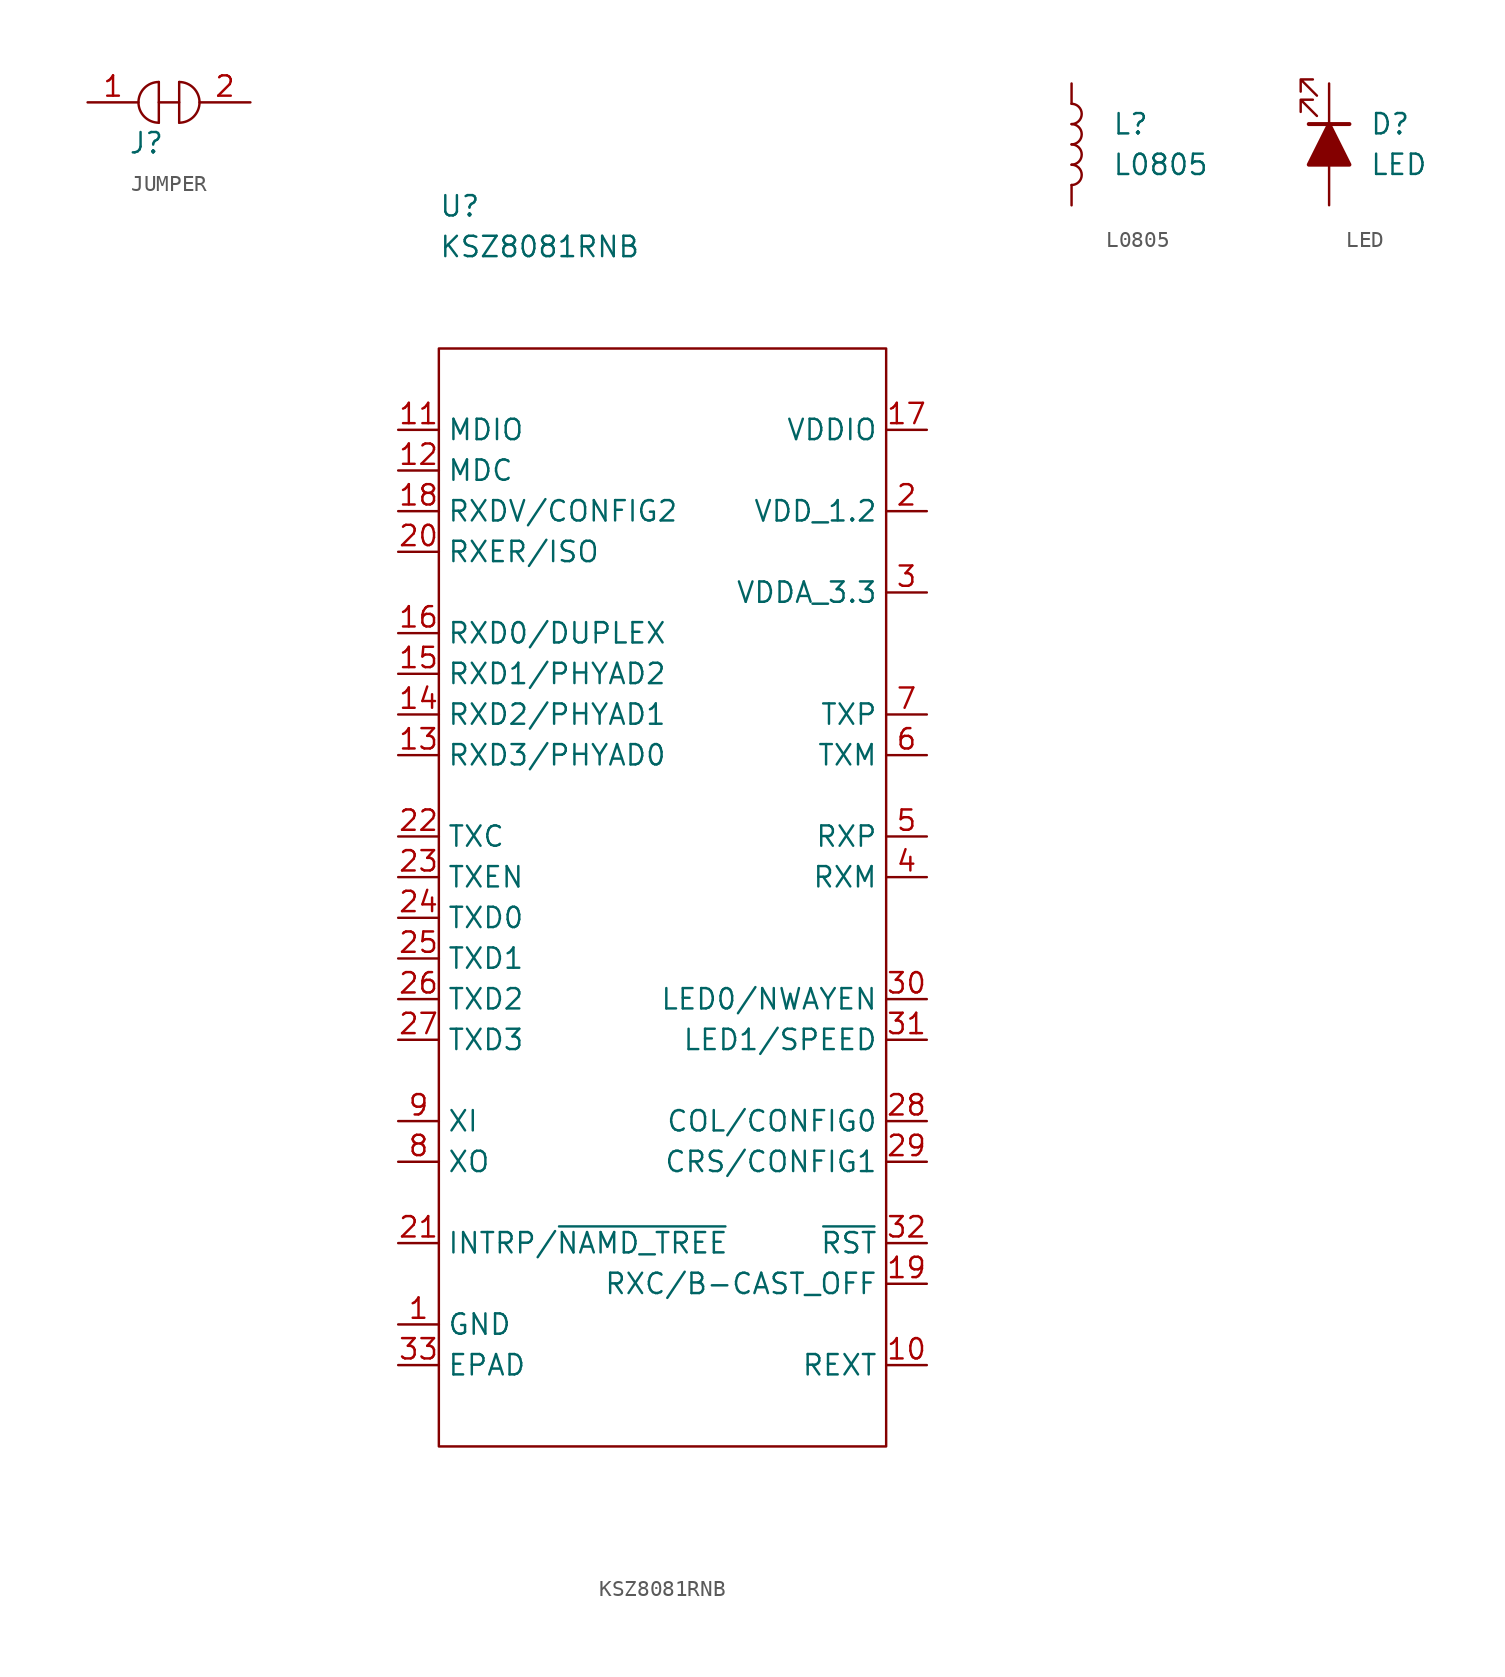
<source format=kicad_sym>
(kicad_symbol_lib
  (version 20211014)
  (generator kicad_symbol_editor)
  (symbol "JUMPER"
    (pin_names
      (offset 1.016))
    (property "Reference" "J"
      (at -2.54 -2.54 0)
      (effects (font (size 1.27 1.27)) (justify left)))
    (symbol "JUMPER_1_1"
      (arc (start -0.635 1.27) (mid -1.905 0) (end -0.635 -1.27) (stroke (width 0) (type default) (color 0 0 0 0)) (fill (type none)))
      (polyline (pts (xy -0.635 0) (xy 0.635 0)) (stroke (width 0) (type default) (color 0 0 0 0)) (fill (type none)))
      (polyline (pts (xy -0.635 1.27) (xy -0.635 -1.27)) (stroke (width 0) (type default) (color 0 0 0 0)) (fill (type none)))
      (polyline (pts (xy 0.635 1.27) (xy 0.635 -1.27)) (stroke (width 0) (type default) (color 0 0 0 0)) (fill (type none)))
      (arc (start 0.635 -1.27) (mid 1.905 0) (end 0.635 1.27) (stroke (width 0) (type default) (color 0 0 0 0)) (fill (type none)))
      (pin passive line (at -5.08 0 0) (length 3.175) (name "~" (effects (font (size 1.27 1.27)))) (number "1" (effects (font (size 1.27 1.27)))))
      (pin passive line (at 5.08 0 180) (length 3.175) (name "~" (effects (font (size 1.27 1.27)))) (number "2" (effects (font (size 1.27 1.27)))))))
  (symbol "KSZ8081RNB"
    (property "Reference" "U"
      (at 0 8.89 0)
      (effects (font (size 1.27 1.27)) (justify left)))
    (property "Value" "KSZ8081RNB"
      (at 0 6.35 0)
      (effects (font (size 1.27 1.27)) (justify left)))
    (symbol "KSZ8081RNB_0_1"
      (rectangle (start 0 0) (end 27.94 -68.58) (stroke (width 0.152) (type default) (color 0 0 0 0)) (fill (type none))))
    (symbol "KSZ8081RNB_1_1"
      (pin passive line (at -2.54 -60.96 0) (length 2.54) (name "GND" (effects (font (size 1.27 1.27)))) (number "1" (effects (font (size 1.27 1.27)))))
      (pin passive line (at 30.48 -63.5 180) (length 2.54) (name "REXT" (effects (font (size 1.27 1.27)))) (number "10" (effects (font (size 1.27 1.27)))))
      (pin passive line (at -2.54 -5.08 0) (length 2.54) (name "MDIO" (effects (font (size 1.27 1.27)))) (number "11" (effects (font (size 1.27 1.27)))))
      (pin passive line (at -2.54 -7.62 0) (length 2.54) (name "MDC" (effects (font (size 1.27 1.27)))) (number "12" (effects (font (size 1.27 1.27)))))
      (pin passive line (at -2.54 -25.4 0) (length 2.54) (name "RXD3/PHYAD0" (effects (font (size 1.27 1.27)))) (number "13" (effects (font (size 1.27 1.27)))))
      (pin passive line (at -2.54 -22.86 0) (length 2.54) (name "RXD2/PHYAD1" (effects (font (size 1.27 1.27)))) (number "14" (effects (font (size 1.27 1.27)))))
      (pin passive line (at -2.54 -20.32 0) (length 2.54) (name "RXD1/PHYAD2" (effects (font (size 1.27 1.27)))) (number "15" (effects (font (size 1.27 1.27)))))
      (pin passive line (at -2.54 -17.78 0) (length 2.54) (name "RXD0/DUPLEX" (effects (font (size 1.27 1.27)))) (number "16" (effects (font (size 1.27 1.27)))))
      (pin passive line (at 30.48 -5.08 180) (length 2.54) (name "VDDIO" (effects (font (size 1.27 1.27)))) (number "17" (effects (font (size 1.27 1.27)))))
      (pin passive line (at -2.54 -10.16 0) (length 2.54) (name "RXDV/CONFIG2" (effects (font (size 1.27 1.27)))) (number "18" (effects (font (size 1.27 1.27)))))
      (pin passive line (at 30.48 -58.42 180) (length 2.54) (name "RXC/B-CAST_OFF" (effects (font (size 1.27 1.27)))) (number "19" (effects (font (size 1.27 1.27)))))
      (pin passive line (at 30.48 -10.16 180) (length 2.54) (name "VDD_1.2" (effects (font (size 1.27 1.27)))) (number "2" (effects (font (size 1.27 1.27)))))
      (pin passive line (at -2.54 -12.7 0) (length 2.54) (name "RXER/ISO" (effects (font (size 1.27 1.27)))) (number "20" (effects (font (size 1.27 1.27)))))
      (pin passive line (at -2.54 -55.88 0) (length 2.54) (name "INTRP/~{NAMD_TREE}" (effects (font (size 1.27 1.27)))) (number "21" (effects (font (size 1.27 1.27)))))
      (pin passive line (at -2.54 -30.48 0) (length 2.54) (name "TXC" (effects (font (size 1.27 1.27)))) (number "22" (effects (font (size 1.27 1.27)))))
      (pin passive line (at -2.54 -33.02 0) (length 2.54) (name "TXEN" (effects (font (size 1.27 1.27)))) (number "23" (effects (font (size 1.27 1.27)))))
      (pin passive line (at -2.54 -35.56 0) (length 2.54) (name "TXD0" (effects (font (size 1.27 1.27)))) (number "24" (effects (font (size 1.27 1.27)))))
      (pin passive line (at -2.54 -38.1 0) (length 2.54) (name "TXD1" (effects (font (size 1.27 1.27)))) (number "25" (effects (font (size 1.27 1.27)))))
      (pin passive line (at -2.54 -40.64 0) (length 2.54) (name "TXD2" (effects (font (size 1.27 1.27)))) (number "26" (effects (font (size 1.27 1.27)))))
      (pin passive line (at -2.54 -43.18 0) (length 2.54) (name "TXD3" (effects (font (size 1.27 1.27)))) (number "27" (effects (font (size 1.27 1.27)))))
      (pin passive line (at 30.48 -48.26 180) (length 2.54) (name "COL/CONFIG0" (effects (font (size 1.27 1.27)))) (number "28" (effects (font (size 1.27 1.27)))))
      (pin passive line (at 30.48 -50.8 180) (length 2.54) (name "CRS/CONFIG1" (effects (font (size 1.27 1.27)))) (number "29" (effects (font (size 1.27 1.27)))))
      (pin passive line (at 30.48 -15.24 180) (length 2.54) (name "VDDA_3.3" (effects (font (size 1.27 1.27)))) (number "3" (effects (font (size 1.27 1.27)))))
      (pin passive line (at 30.48 -40.64 180) (length 2.54) (name "LED0/NWAYEN" (effects (font (size 1.27 1.27)))) (number "30" (effects (font (size 1.27 1.27)))))
      (pin passive line (at 30.48 -43.18 180) (length 2.54) (name "LED1/SPEED" (effects (font (size 1.27 1.27)))) (number "31" (effects (font (size 1.27 1.27)))))
      (pin passive line (at 30.48 -55.88 180) (length 2.54) (name "~{RST}" (effects (font (size 1.27 1.27)))) (number "32" (effects (font (size 1.27 1.27)))))
      (pin passive line (at -2.54 -63.5 0) (length 2.54) (name "EPAD" (effects (font (size 1.27 1.27)))) (number "33" (effects (font (size 1.27 1.27)))))
      (pin passive line (at 30.48 -33.02 180) (length 2.54) (name "RXM" (effects (font (size 1.27 1.27)))) (number "4" (effects (font (size 1.27 1.27)))))
      (pin passive line (at 30.48 -30.48 180) (length 2.54) (name "RXP" (effects (font (size 1.27 1.27)))) (number "5" (effects (font (size 1.27 1.27)))))
      (pin passive line (at 30.48 -25.4 180) (length 2.54) (name "TXM" (effects (font (size 1.27 1.27)))) (number "6" (effects (font (size 1.27 1.27)))))
      (pin passive line (at 30.48 -22.86 180) (length 2.54) (name "TXP" (effects (font (size 1.27 1.27)))) (number "7" (effects (font (size 1.27 1.27)))))
      (pin passive line (at -2.54 -50.8 0) (length 2.54) (name "XO" (effects (font (size 1.27 1.27)))) (number "8" (effects (font (size 1.27 1.27)))))
      (pin passive line (at -2.54 -48.26 0) (length 2.54) (name "XI" (effects (font (size 1.27 1.27)))) (number "9" (effects (font (size 1.27 1.27)))))))
  (symbol "L0805"
    (pin_numbers hide)
    (pin_names
      (offset 1.016) hide)
    (property "Reference" "L"
      (at 2.54 2.54 0)
      (effects (font (size 1.27 1.27)) (justify left)))
    (property "Value" "L0805"
      (at 2.54 0 0)
      (effects (font (size 1.27 1.27)) (justify left)))
    (symbol "L0805_0_1"
      (arc (start 0 -1.27) (mid 0.635 -0.635) (end 0 0) (stroke (width 0) (type default) (color 0 0 0 0)) (fill (type none)))
      (arc (start 0 0) (mid 0.635 0.635) (end 0 1.27) (stroke (width 0) (type default) (color 0 0 0 0)) (fill (type none)))
      (arc (start 0 1.27) (mid 0.635 1.905) (end 0 2.54) (stroke (width 0) (type default) (color 0 0 0 0)) (fill (type none)))
      (arc (start 0 2.54) (mid 0.635 3.175) (end 0 3.81) (stroke (width 0) (type default) (color 0 0 0 0)) (fill (type none))))
    (symbol "L0805_1_1"
      (pin passive line (at 0 5.08 270) (length 1.27) (name "1" (effects (font (size 1.27 1.27)))) (number "1" (effects (font (size 1.27 1.27)))))
      (pin passive line (at 0 -2.54 90) (length 1.27) (name "2" (effects (font (size 1.27 1.27)))) (number "2" (effects (font (size 1.27 1.27)))))))
  (symbol "LED"
    (pin_numbers hide)
    (pin_names
      (offset 1.016) hide)
    (property "Reference" "D"
      (at 2.54 2.54 0)
      (effects (font (size 1.27 1.27)) (justify left)))
    (property "Value" "LED"
      (at 2.54 0 0)
      (effects (font (size 1.27 1.27)) (justify left)))
    (symbol "LED_0_1"
      (polyline (pts (xy -1.27 2.54) (xy 1.27 2.54)) (stroke (width 0.254) (type default) (color 0 0 0 0)) (fill (type none)))
      (polyline (pts (xy 0 2.54) (xy 0 0)) (stroke (width 0) (type default) (color 0 0 0 0)) (fill (type none)))
      (polyline (pts (xy -1.27 0) (xy 1.27 0) (xy 0 2.54) (xy -1.27 0)) (stroke (width 0.254) (type default) (color 0 0 0 0)) (fill (type outline)))
      (polyline (pts (xy -0.762 3.048) (xy -1.778 4.064) (xy -1.778 3.302) (xy -1.778 4.064) (xy -1.016 4.064)) (stroke (width 0) (type default) (color 0 0 0 0)) (fill (type none)))
      (polyline (pts (xy -0.762 4.318) (xy -1.778 5.334) (xy -1.778 4.572) (xy -1.778 5.334) (xy -1.016 5.334)) (stroke (width 0) (type default) (color 0 0 0 0)) (fill (type none))))
    (symbol "LED_1_1"
      (pin passive line (at 0 -2.54 90) (length 2.54) (name "A" (effects (font (size 1.27 1.27)))) (number "A" (effects (font (size 1.27 1.27)))))
      (pin passive line (at 0 5.08 270) (length 2.54) (name "C" (effects (font (size 1.27 1.27)))) (number "C" (effects (font (size 1.27 1.27))))))))
</source>
